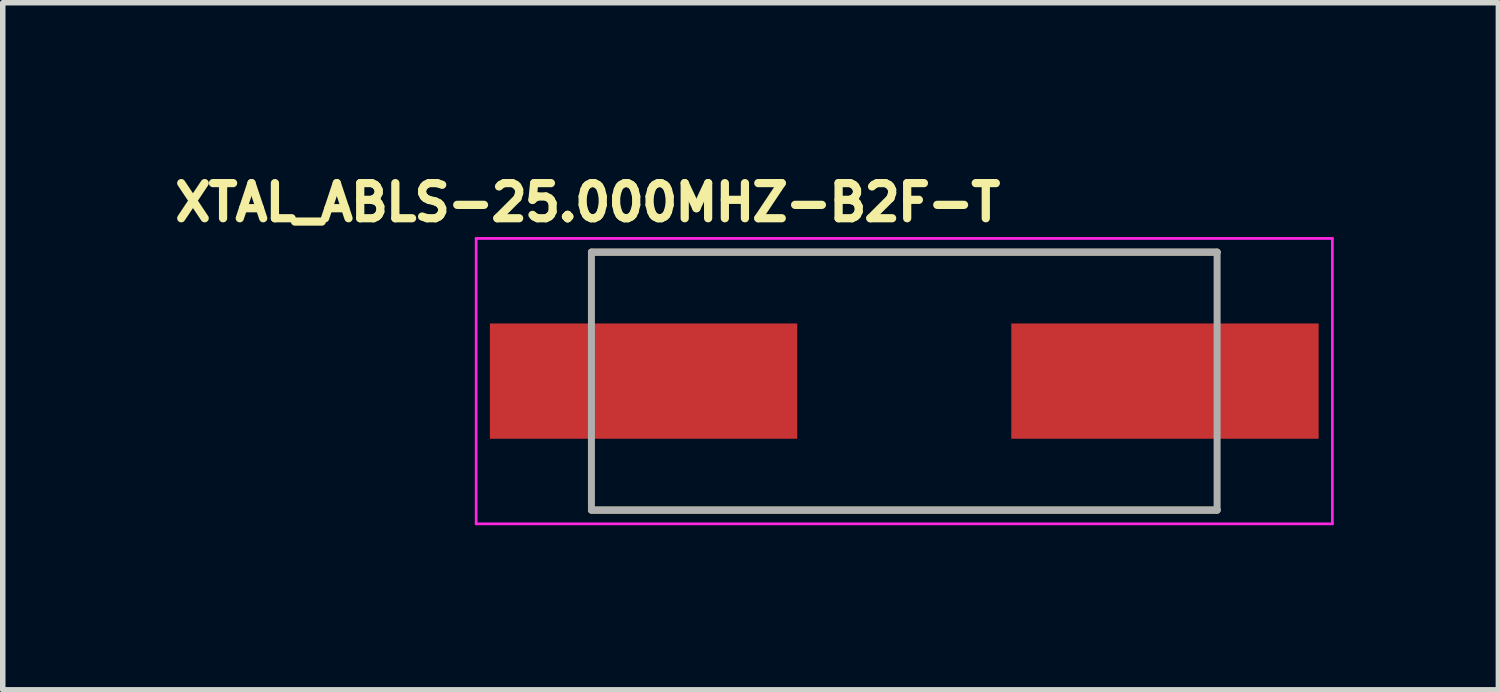
<source format=kicad_pcb>
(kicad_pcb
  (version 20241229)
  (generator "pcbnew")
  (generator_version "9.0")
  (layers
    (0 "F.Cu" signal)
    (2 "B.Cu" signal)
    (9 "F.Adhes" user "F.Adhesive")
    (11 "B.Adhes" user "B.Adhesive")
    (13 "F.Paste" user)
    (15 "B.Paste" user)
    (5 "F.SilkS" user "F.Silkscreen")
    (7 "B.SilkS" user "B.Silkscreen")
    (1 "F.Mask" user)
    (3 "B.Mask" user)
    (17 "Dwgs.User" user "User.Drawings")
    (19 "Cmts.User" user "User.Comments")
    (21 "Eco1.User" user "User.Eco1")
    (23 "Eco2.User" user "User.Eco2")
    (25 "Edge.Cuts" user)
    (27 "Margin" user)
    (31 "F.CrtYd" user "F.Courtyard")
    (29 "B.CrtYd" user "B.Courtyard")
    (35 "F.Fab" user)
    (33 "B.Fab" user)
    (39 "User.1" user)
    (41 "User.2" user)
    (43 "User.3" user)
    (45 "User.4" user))
  (footprint "XTAL_ABLS-25.000MHZ-B2F-T"
    (layer "F.Cu")
    (at 13.426 3.894)
    (property "Reference" "XTAL_ABLS-25.000MHZ-B2F-T" (at -5.768 -3.256 0) (layer "F.SilkS") (effects (font (size 0.64 0.64) (thickness 0.15))))
    (attr smd)
    (fp_line (start -5.7 -2.35) (end 5.7 -2.35) (stroke (width 0.127) (type solid)) (layer "F.SilkS"))
    (fp_line (start -5.7 2.35) (end 5.7 2.35) (stroke (width 0.127) (type solid)) (layer "F.SilkS"))
    (fp_line (start -7.8 -2.6) (end -7.8 2.6) (stroke (width 0.05) (type solid)) (layer "F.CrtYd"))
    (fp_line (start -7.8 2.6) (end 7.8 2.6) (stroke (width 0.05) (type solid)) (layer "F.CrtYd"))
    (fp_line (start 7.8 -2.6) (end -7.8 -2.6) (stroke (width 0.05) (type solid)) (layer "F.CrtYd"))
    (fp_line (start 7.8 2.6) (end 7.8 -2.6) (stroke (width 0.05) (type solid)) (layer "F.CrtYd"))
    (fp_line (start -5.7 -2.35) (end -5.7 2.35) (stroke (width 0.127) (type solid)) (layer "F.Fab"))
    (fp_line (start -5.7 -2.35) (end 5.7 -2.35) (stroke (width 0.127) (type solid)) (layer "F.Fab"))
    (fp_line (start -5.7 2.35) (end 5.7 2.35) (stroke (width 0.127) (type solid)) (layer "F.Fab"))
    (fp_line (start 5.7 -2.35) (end 5.7 2.35) (stroke (width 0.127) (type solid)) (layer "F.Fab"))
    (pad "1" smd rect (at -4.75 0) (size 5.6 2.1) (layers "F.Cu" "F.Mask" "F.Paste"))
    (pad "2" smd rect (at 4.75 0) (size 5.6 2.1) (layers "F.Cu" "F.Mask" "F.Paste")))
  (gr_rect
    (start -3 -3)
    (end 24.251 9.519)
    (stroke (width 0.1) (type default))
    (fill no)
    (layer "Edge.Cuts")))
</source>
